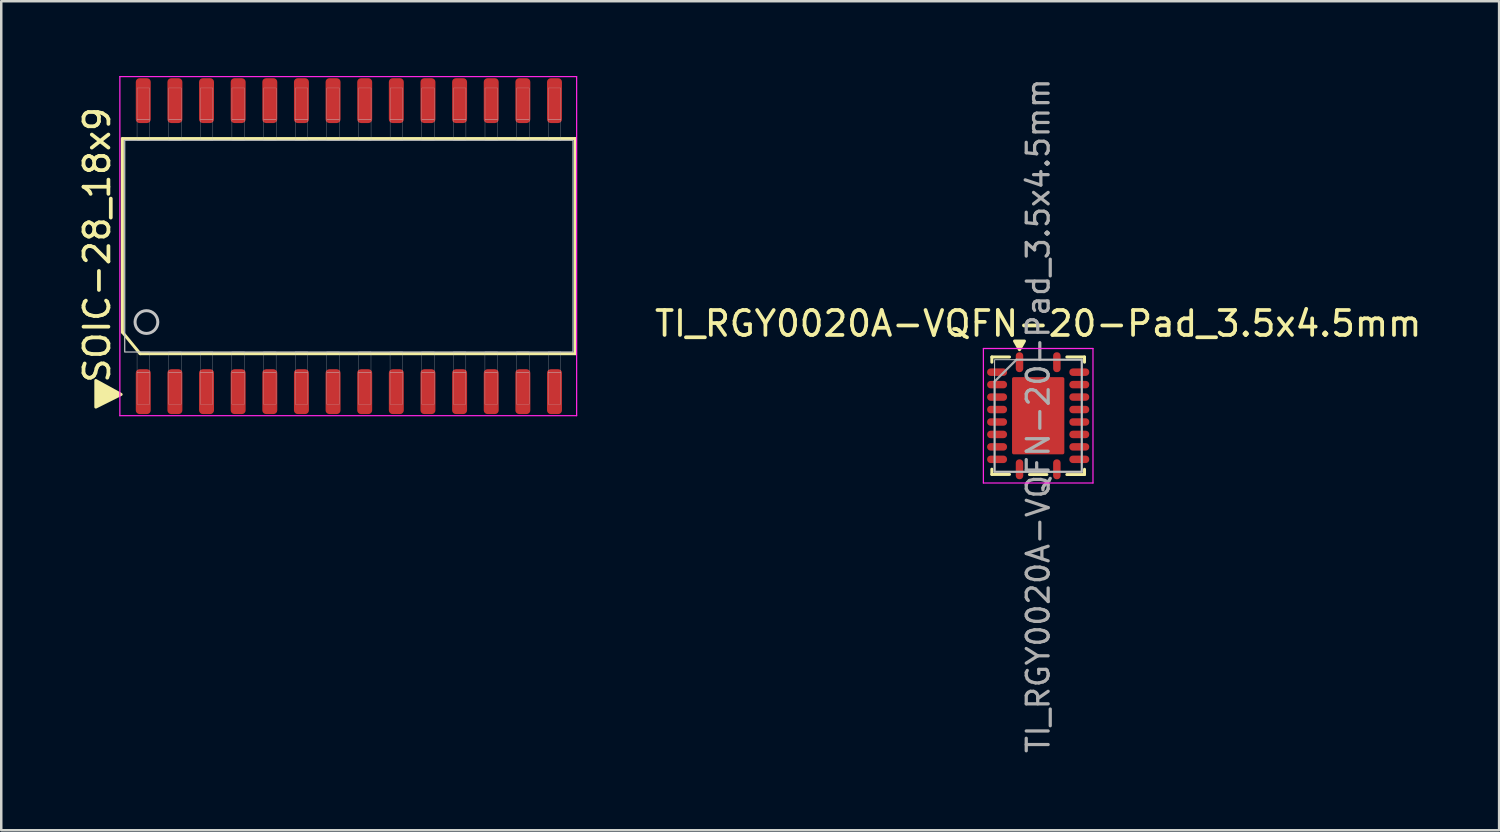
<source format=kicad_pcb>
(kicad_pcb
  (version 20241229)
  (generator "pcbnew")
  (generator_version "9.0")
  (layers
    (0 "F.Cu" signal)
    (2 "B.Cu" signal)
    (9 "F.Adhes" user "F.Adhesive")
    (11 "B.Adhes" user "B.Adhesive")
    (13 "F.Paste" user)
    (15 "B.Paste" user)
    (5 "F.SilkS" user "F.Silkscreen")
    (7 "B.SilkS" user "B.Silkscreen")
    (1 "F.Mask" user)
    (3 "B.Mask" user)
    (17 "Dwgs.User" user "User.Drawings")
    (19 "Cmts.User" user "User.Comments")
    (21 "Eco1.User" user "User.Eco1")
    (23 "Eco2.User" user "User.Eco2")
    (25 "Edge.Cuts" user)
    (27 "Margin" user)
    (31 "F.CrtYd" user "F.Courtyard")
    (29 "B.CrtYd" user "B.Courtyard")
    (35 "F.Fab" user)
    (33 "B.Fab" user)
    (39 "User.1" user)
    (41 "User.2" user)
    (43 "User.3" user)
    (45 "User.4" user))
  (footprint "TI_RGY0020A-VQFN-20-Pad_3.5x4.5mm"
    (layer "F.Cu")
    (at 38.632 13.642)
    (property "Reference" "TI_RGY0020A-VQFN-20-Pad_3.5x4.5mm" (at 0 -3.7 0) (layer "F.SilkS") (effects (font (size 1 1) (thickness 0.15))))
    (attr smd)
    (fp_line (start -1.86 -2.36) (end -1.86 -2.15) (stroke (width 0.12) (type solid)) (layer "F.SilkS"))
    (fp_line (start -1.86 2.355) (end -1.86 2.145) (stroke (width 0.12) (type solid)) (layer "F.SilkS"))
    (fp_line (start -1.15 -2.36) (end -1.86 -2.36) (stroke (width 0.12) (type solid)) (layer "F.SilkS"))
    (fp_line (start -1.15 2.355) (end -1.86 2.355) (stroke (width 0.12) (type solid)) (layer "F.SilkS"))
    (fp_line (start 0.35 2.36) (end -0.35 2.36) (stroke (width 0.12) (type solid)) (layer "F.SilkS"))
    (fp_line (start 1.15 -2.36) (end 1.86 -2.36) (stroke (width 0.12) (type solid)) (layer "F.SilkS"))
    (fp_line (start 1.15 2.36) (end 1.86 2.36) (stroke (width 0.12) (type solid)) (layer "F.SilkS"))
    (fp_line (start 1.86 -2.36) (end 1.86 -2.15) (stroke (width 0.12) (type solid)) (layer "F.SilkS"))
    (fp_line (start 1.86 2.36) (end 1.86 2.15) (stroke (width 0.12) (type solid)) (layer "F.SilkS"))
    (fp_poly (pts (xy -0.75 -2.65) (xy -0.95 -3) (xy -0.55 -3) (xy -0.75 -2.65)) (stroke (width 0.12) (type solid)) (fill yes) (layer "F.SilkS"))
    (fp_rect (start -1.75 -2.25) (end 1.75 2.25) (stroke (width 0.04) (type solid)) (fill no) (layer "Dwgs.User"))
    (fp_rect (start -1.025 -1.525) (end 1.025 1.525) (stroke (width 0.001) (type solid)) (fill no) (layer "Dwgs.User"))
    (fp_poly (pts (xy -1.25 -1.8) (xy -1.35 -1.9) (xy -1.75 -1.9) (xy -1.75 -1.6) (xy -1.35 -1.6) (xy -1.25 -1.7)) (stroke (width 0.001) (type solid)) (fill no) (layer "Dwgs.User"))
    (fp_poly (pts (xy -1.25 -1.3) (xy -1.35 -1.4) (xy -1.75 -1.4) (xy -1.75 -1.1) (xy -1.35 -1.1) (xy -1.25 -1.2)) (stroke (width 0.001) (type solid)) (fill no) (layer "Dwgs.User"))
    (fp_poly (pts (xy -1.25 -0.8) (xy -1.35 -0.9) (xy -1.75 -0.9) (xy -1.75 -0.6) (xy -1.35 -0.6) (xy -1.25 -0.7)) (stroke (width 0.001) (type solid)) (fill no) (layer "Dwgs.User"))
    (fp_poly (pts (xy -1.25 -0.3) (xy -1.35 -0.4) (xy -1.75 -0.4) (xy -1.75 -0.1) (xy -1.35 -0.1) (xy -1.25 -0.2)) (stroke (width 0.001) (type solid)) (fill no) (layer "Dwgs.User"))
    (fp_poly (pts (xy -1.25 0.2) (xy -1.35 0.1) (xy -1.75 0.1) (xy -1.75 0.4) (xy -1.35 0.4) (xy -1.25 0.3)) (stroke (width 0.001) (type solid)) (fill no) (layer "Dwgs.User"))
    (fp_poly (pts (xy -1.25 0.7) (xy -1.35 0.6) (xy -1.75 0.6) (xy -1.75 0.9) (xy -1.35 0.9) (xy -1.25 0.8)) (stroke (width 0.001) (type solid)) (fill no) (layer "Dwgs.User"))
    (fp_poly (pts (xy -1.25 1.2) (xy -1.35 1.1) (xy -1.75 1.1) (xy -1.75 1.4) (xy -1.35 1.4) (xy -1.25 1.3)) (stroke (width 0.001) (type solid)) (fill no) (layer "Dwgs.User"))
    (fp_poly (pts (xy -1.25 1.7) (xy -1.35 1.6) (xy -1.75 1.6) (xy -1.75 1.9) (xy -1.35 1.9) (xy -1.25 1.8)) (stroke (width 0.001) (type solid)) (fill no) (layer "Dwgs.User"))
    (fp_poly (pts (xy -0.8 1.75) (xy -0.9 1.85) (xy -0.9 2.25) (xy -0.6 2.25) (xy -0.6 1.85) (xy -0.7 1.75)) (stroke (width 0.001) (type solid)) (fill no) (layer "Dwgs.User"))
    (fp_poly (pts (xy -0.7 -1.75) (xy -0.6 -1.85) (xy -0.6 -2.25) (xy -0.9 -2.25) (xy -0.9 -1.85) (xy -0.8 -1.75)) (stroke (width 0.001) (type solid)) (fill no) (layer "Dwgs.User"))
    (fp_poly (pts (xy 0.7 1.75) (xy 0.6 1.85) (xy 0.6 2.25) (xy 0.9 2.25) (xy 0.9 1.85) (xy 0.8 1.75)) (stroke (width 0.001) (type solid)) (fill no) (layer "Dwgs.User"))
    (fp_poly (pts (xy 0.8 -1.75) (xy 0.9 -1.85) (xy 0.9 -2.25) (xy 0.6 -2.25) (xy 0.6 -1.85) (xy 0.7 -1.75)) (stroke (width 0.001) (type solid)) (fill no) (layer "Dwgs.User"))
    (fp_poly (pts (xy 1.25 -1.7) (xy 1.35 -1.6) (xy 1.75 -1.6) (xy 1.75 -1.9) (xy 1.35 -1.9) (xy 1.25 -1.8)) (stroke (width 0.001) (type solid)) (fill no) (layer "Dwgs.User"))
    (fp_poly (pts (xy 1.25 -1.2) (xy 1.35 -1.1) (xy 1.75 -1.1) (xy 1.75 -1.4) (xy 1.35 -1.4) (xy 1.25 -1.3)) (stroke (width 0.001) (type solid)) (fill no) (layer "Dwgs.User"))
    (fp_poly (pts (xy 1.25 -0.7) (xy 1.35 -0.6) (xy 1.75 -0.6) (xy 1.75 -0.9) (xy 1.35 -0.9) (xy 1.25 -0.8)) (stroke (width 0.001) (type solid)) (fill no) (layer "Dwgs.User"))
    (fp_poly (pts (xy 1.25 -0.2) (xy 1.35 -0.1) (xy 1.75 -0.1) (xy 1.75 -0.4) (xy 1.35 -0.4) (xy 1.25 -0.3)) (stroke (width 0.001) (type solid)) (fill no) (layer "Dwgs.User"))
    (fp_poly (pts (xy 1.25 0.3) (xy 1.35 0.4) (xy 1.75 0.4) (xy 1.75 0.1) (xy 1.35 0.1) (xy 1.25 0.2)) (stroke (width 0.001) (type solid)) (fill no) (layer "Dwgs.User"))
    (fp_poly (pts (xy 1.25 0.8) (xy 1.35 0.9) (xy 1.75 0.9) (xy 1.75 0.6) (xy 1.35 0.6) (xy 1.25 0.7)) (stroke (width 0.001) (type solid)) (fill no) (layer "Dwgs.User"))
    (fp_poly (pts (xy 1.25 1.3) (xy 1.35 1.4) (xy 1.75 1.4) (xy 1.75 1.1) (xy 1.35 1.1) (xy 1.25 1.2)) (stroke (width 0.001) (type solid)) (fill no) (layer "Dwgs.User"))
    (fp_poly (pts (xy 1.25 1.8) (xy 1.35 1.9) (xy 1.75 1.9) (xy 1.75 1.6) (xy 1.35 1.6) (xy 1.25 1.7)) (stroke (width 0.001) (type solid)) (fill no) (layer "Dwgs.User"))
    (fp_line (start -2.2 -2.7) (end -2.2 2.7) (stroke (width 0.05) (type solid)) (layer "F.CrtYd"))
    (fp_line (start -2.2 2.7) (end 2.2 2.7) (stroke (width 0.05) (type solid)) (layer "F.CrtYd"))
    (fp_line (start 2.2 -2.7) (end -2.2 -2.7) (stroke (width 0.05) (type solid)) (layer "F.CrtYd"))
    (fp_line (start 2.2 2.7) (end 2.2 -2.7) (stroke (width 0.05) (type solid)) (layer "F.CrtYd"))
    (fp_line (start -1.75 -1.375) (end -0.875 -2.25) (stroke (width 0.09) (type solid)) (layer "F.Fab"))
    (fp_line (start -1.75 2.25) (end -1.75 -1.375) (stroke (width 0.09) (type solid)) (layer "F.Fab"))
    (fp_line (start -0.875 -2.25) (end 1.75 -2.25) (stroke (width 0.09) (type solid)) (layer "F.Fab"))
    (fp_line (start 1.75 -2.25) (end 1.75 2.25) (stroke (width 0.09) (type solid)) (layer "F.Fab"))
    (fp_line (start 1.75 2.25) (end -1.75 2.25) (stroke (width 0.09) (type solid)) (layer "F.Fab"))
    (fp_text user "${REFERENCE}" (at 0 0 90) (layer "F.Fab") (effects (font (size 0.88 0.88) (thickness 0.13))))
    (pad "" smd rect (at -0.56 -0.77) (size 0.92 1.33) (layers "F.Paste"))
    (pad "" smd rect (at -0.56 0.77) (size 0.92 1.33) (layers "F.Paste"))
    (pad "" smd rect (at 0.56 -0.77) (size 0.92 1.33) (layers "F.Paste"))
    (pad "" smd rect (at 0.56 0.77) (size 0.92 1.33) (layers "F.Paste"))
    (pad "1" smd roundrect (at -0.75 -2.15 90) (size 0.8 0.3) (layers "F.Cu" "F.Mask" "F.Paste") (roundrect_rratio 0.467))
    (pad "2" smd roundrect (at -1.65 -1.75) (size 0.8 0.3) (layers "F.Cu" "F.Mask" "F.Paste") (roundrect_rratio 0.467))
    (pad "3" smd roundrect (at -1.65 -1.25) (size 0.8 0.3) (layers "F.Cu" "F.Mask" "F.Paste") (roundrect_rratio 0.467))
    (pad "4" smd roundrect (at -1.65 -0.75) (size 0.8 0.3) (layers "F.Cu" "F.Mask" "F.Paste") (roundrect_rratio 0.467))
    (pad "5" smd roundrect (at -1.65 -0.25) (size 0.8 0.3) (layers "F.Cu" "F.Mask" "F.Paste") (roundrect_rratio 0.467))
    (pad "6" smd roundrect (at -1.65 0.25) (size 0.8 0.3) (layers "F.Cu" "F.Mask" "F.Paste") (roundrect_rratio 0.467))
    (pad "7" smd roundrect (at -1.65 0.75) (size 0.8 0.3) (layers "F.Cu" "F.Mask" "F.Paste") (roundrect_rratio 0.467))
    (pad "8" smd roundrect (at -1.65 1.25) (size 0.8 0.3) (layers "F.Cu" "F.Mask" "F.Paste") (roundrect_rratio 0.467))
    (pad "9" smd roundrect (at -1.65 1.75) (size 0.8 0.3) (layers "F.Cu" "F.Mask" "F.Paste") (roundrect_rratio 0.467))
    (pad "10" smd roundrect (at -0.75 2.15 90) (size 0.8 0.3) (layers "F.Cu" "F.Mask" "F.Paste") (roundrect_rratio 0.467))
    (pad "11" smd roundrect (at 0.75 2.15 90) (size 0.8 0.3) (layers "F.Cu" "F.Mask" "F.Paste") (roundrect_rratio 0.467))
    (pad "12" smd roundrect (at 1.65 1.75) (size 0.8 0.3) (layers "F.Cu" "F.Mask" "F.Paste") (roundrect_rratio 0.467))
    (pad "13" smd roundrect (at 1.65 1.25) (size 0.8 0.3) (layers "F.Cu" "F.Mask" "F.Paste") (roundrect_rratio 0.467))
    (pad "14" smd roundrect (at 1.65 0.75) (size 0.8 0.3) (layers "F.Cu" "F.Mask" "F.Paste") (roundrect_rratio 0.467))
    (pad "15" smd roundrect (at 1.65 0.25) (size 0.8 0.3) (layers "F.Cu" "F.Mask" "F.Paste") (roundrect_rratio 0.467))
    (pad "16" smd roundrect (at 1.65 -0.25) (size 0.8 0.3) (layers "F.Cu" "F.Mask" "F.Paste") (roundrect_rratio 0.467))
    (pad "17" smd roundrect (at 1.65 -0.75) (size 0.8 0.3) (layers "F.Cu" "F.Mask" "F.Paste") (roundrect_rratio 0.467))
    (pad "18" smd roundrect (at 1.65 -1.25) (size 0.8 0.3) (layers "F.Cu" "F.Mask" "F.Paste") (roundrect_rratio 0.467))
    (pad "19" smd roundrect (at 1.65 -1.75) (size 0.8 0.3) (layers "F.Cu" "F.Mask" "F.Paste") (roundrect_rratio 0.467))
    (pad "20" smd roundrect (at 0.75 -2.15 90) (size 0.8 0.3) (layers "F.Cu" "F.Mask" "F.Paste") (roundrect_rratio 0.467))
    (pad "21" smd roundrect (at 0 0) (size 2.1 3.1) (layers "F.Cu" "F.Mask") (roundrect_rratio 0.033)))
  (footprint "SOIC-28_18x9"
    (layer "F.Cu")
    (at 10.957 6.832)
    (property "Reference" "SOIC-28_18x9" (at -10.109 -0.051 90) (layer "F.SilkS") (effects (font (size 1 1) (thickness 0.15))))
    (attr smd)
    (fp_line (start -9.093 -4.318) (end 9.093 -4.318) (stroke (width 0.12) (type default)) (layer "F.SilkS"))
    (fp_line (start -9.093 3.454) (end -9.093 -4.318) (stroke (width 0.12) (type default)) (layer "F.SilkS"))
    (fp_line (start -8.382 4.318) (end -9.093 3.454) (stroke (width 0.12) (type default)) (layer "F.SilkS"))
    (fp_line (start 9.093 -4.318) (end 9.093 4.318) (stroke (width 0.12) (type default)) (layer "F.SilkS"))
    (fp_line (start 9.093 4.318) (end -8.382 4.318) (stroke (width 0.12) (type default)) (layer "F.SilkS"))
    (fp_poly (pts (xy -9.144 5.954) (xy -10.16 5.395) (xy -10.16 6.462)) (stroke (width 0.12) (type solid)) (fill yes) (layer "F.SilkS"))
    (fp_rect (start -9 -4.25) (end 9 4.25) (stroke (width 0.05) (type solid)) (fill no) (layer "Dwgs.User"))
    (fp_rect (start -8.505 -5.08) (end -8 -4.24) (stroke (width 0.01) (type solid)) (fill no) (layer "Dwgs.User"))
    (fp_rect (start -8.505 4.24) (end -8 5.08) (stroke (width 0.01) (type solid)) (fill no) (layer "Dwgs.User"))
    (fp_rect (start -8.505 5.08) (end -8.001 6.35) (stroke (width 0.01) (type solid)) (fill no) (layer "Dwgs.User"))
    (fp_rect (start -8.504 -6.35) (end -8 -5.08) (stroke (width 0.01) (type solid)) (fill no) (layer "Dwgs.User"))
    (fp_rect (start -7.237 4.24) (end -6.732 5.08) (stroke (width 0.01) (type solid)) (fill no) (layer "Dwgs.User"))
    (fp_rect (start -7.237 5.08) (end -6.733 6.35) (stroke (width 0.01) (type solid)) (fill no) (layer "Dwgs.User"))
    (fp_rect (start -7.235 -5.08) (end -6.73 -4.24) (stroke (width 0.01) (type solid)) (fill no) (layer "Dwgs.User"))
    (fp_rect (start -7.234 -6.35) (end -6.73 -5.08) (stroke (width 0.01) (type solid)) (fill no) (layer "Dwgs.User"))
    (fp_rect (start -5.967 4.24) (end -5.462 5.08) (stroke (width 0.01) (type solid)) (fill no) (layer "Dwgs.User"))
    (fp_rect (start -5.967 5.08) (end -5.463 6.35) (stroke (width 0.01) (type solid)) (fill no) (layer "Dwgs.User"))
    (fp_rect (start -5.965 -5.08) (end -5.46 -4.24) (stroke (width 0.01) (type solid)) (fill no) (layer "Dwgs.User"))
    (fp_rect (start -5.964 -6.35) (end -5.46 -5.08) (stroke (width 0.01) (type solid)) (fill no) (layer "Dwgs.User"))
    (fp_rect (start -4.697 4.24) (end -4.192 5.08) (stroke (width 0.01) (type solid)) (fill no) (layer "Dwgs.User"))
    (fp_rect (start -4.697 5.08) (end -4.193 6.35) (stroke (width 0.01) (type solid)) (fill no) (layer "Dwgs.User"))
    (fp_rect (start -4.695 -5.08) (end -4.19 -4.24) (stroke (width 0.01) (type solid)) (fill no) (layer "Dwgs.User"))
    (fp_rect (start -4.694 -6.35) (end -4.19 -5.08) (stroke (width 0.01) (type solid)) (fill no) (layer "Dwgs.User"))
    (fp_rect (start -3.427 4.24) (end -2.922 5.08) (stroke (width 0.01) (type solid)) (fill no) (layer "Dwgs.User"))
    (fp_rect (start -3.427 5.08) (end -2.923 6.35) (stroke (width 0.01) (type solid)) (fill no) (layer "Dwgs.User"))
    (fp_rect (start -3.425 -5.08) (end -2.92 -4.24) (stroke (width 0.01) (type solid)) (fill no) (layer "Dwgs.User"))
    (fp_rect (start -3.424 -6.35) (end -2.92 -5.08) (stroke (width 0.01) (type solid)) (fill no) (layer "Dwgs.User"))
    (fp_rect (start -2.157 4.24) (end -1.652 5.08) (stroke (width 0.01) (type solid)) (fill no) (layer "Dwgs.User"))
    (fp_rect (start -2.157 5.08) (end -1.653 6.35) (stroke (width 0.01) (type solid)) (fill no) (layer "Dwgs.User"))
    (fp_rect (start -2.155 -5.08) (end -1.65 -4.24) (stroke (width 0.01) (type solid)) (fill no) (layer "Dwgs.User"))
    (fp_rect (start -2.154 -6.35) (end -1.65 -5.08) (stroke (width 0.01) (type solid)) (fill no) (layer "Dwgs.User"))
    (fp_rect (start -0.887 4.24) (end -0.382 5.08) (stroke (width 0.01) (type solid)) (fill no) (layer "Dwgs.User"))
    (fp_rect (start -0.887 5.08) (end -0.383 6.35) (stroke (width 0.01) (type solid)) (fill no) (layer "Dwgs.User"))
    (fp_rect (start -0.885 -5.08) (end -0.38 -4.24) (stroke (width 0.01) (type solid)) (fill no) (layer "Dwgs.User"))
    (fp_rect (start -0.884 -6.35) (end -0.38 -5.08) (stroke (width 0.01) (type solid)) (fill no) (layer "Dwgs.User"))
    (fp_rect (start 0.383 4.24) (end 0.888 5.08) (stroke (width 0.01) (type solid)) (fill no) (layer "Dwgs.User"))
    (fp_rect (start 0.383 5.08) (end 0.887 6.35) (stroke (width 0.01) (type solid)) (fill no) (layer "Dwgs.User"))
    (fp_rect (start 0.385 -5.08) (end 0.89 -4.24) (stroke (width 0.01) (type solid)) (fill no) (layer "Dwgs.User"))
    (fp_rect (start 0.386 -6.35) (end 0.89 -5.08) (stroke (width 0.01) (type solid)) (fill no) (layer "Dwgs.User"))
    (fp_rect (start 1.653 4.24) (end 2.158 5.08) (stroke (width 0.01) (type solid)) (fill no) (layer "Dwgs.User"))
    (fp_rect (start 1.653 5.08) (end 2.157 6.35) (stroke (width 0.01) (type solid)) (fill no) (layer "Dwgs.User"))
    (fp_rect (start 1.655 -5.08) (end 2.16 -4.24) (stroke (width 0.01) (type solid)) (fill no) (layer "Dwgs.User"))
    (fp_rect (start 1.656 -6.35) (end 2.16 -5.08) (stroke (width 0.01) (type solid)) (fill no) (layer "Dwgs.User"))
    (fp_rect (start 2.923 4.24) (end 3.428 5.08) (stroke (width 0.01) (type solid)) (fill no) (layer "Dwgs.User"))
    (fp_rect (start 2.923 5.08) (end 3.427 6.35) (stroke (width 0.01) (type solid)) (fill no) (layer "Dwgs.User"))
    (fp_rect (start 2.925 -5.08) (end 3.43 -4.24) (stroke (width 0.01) (type solid)) (fill no) (layer "Dwgs.User"))
    (fp_rect (start 2.926 -6.35) (end 3.43 -5.08) (stroke (width 0.01) (type solid)) (fill no) (layer "Dwgs.User"))
    (fp_rect (start 4.193 4.24) (end 4.698 5.08) (stroke (width 0.01) (type solid)) (fill no) (layer "Dwgs.User"))
    (fp_rect (start 4.193 5.08) (end 4.697 6.35) (stroke (width 0.01) (type solid)) (fill no) (layer "Dwgs.User"))
    (fp_rect (start 4.195 -5.08) (end 4.7 -4.24) (stroke (width 0.01) (type solid)) (fill no) (layer "Dwgs.User"))
    (fp_rect (start 4.196 -6.35) (end 4.7 -5.08) (stroke (width 0.01) (type solid)) (fill no) (layer "Dwgs.User"))
    (fp_rect (start 5.463 4.24) (end 5.968 5.08) (stroke (width 0.01) (type solid)) (fill no) (layer "Dwgs.User"))
    (fp_rect (start 5.463 5.08) (end 5.967 6.35) (stroke (width 0.01) (type solid)) (fill no) (layer "Dwgs.User"))
    (fp_rect (start 5.465 -5.08) (end 5.97 -4.24) (stroke (width 0.01) (type solid)) (fill no) (layer "Dwgs.User"))
    (fp_rect (start 5.466 -6.35) (end 5.97 -5.08) (stroke (width 0.01) (type solid)) (fill no) (layer "Dwgs.User"))
    (fp_rect (start 6.733 4.24) (end 7.238 5.08) (stroke (width 0.01) (type solid)) (fill no) (layer "Dwgs.User"))
    (fp_rect (start 6.733 5.08) (end 7.237 6.35) (stroke (width 0.01) (type solid)) (fill no) (layer "Dwgs.User"))
    (fp_rect (start 6.735 -5.08) (end 7.24 -4.24) (stroke (width 0.01) (type solid)) (fill no) (layer "Dwgs.User"))
    (fp_rect (start 6.736 -6.35) (end 7.24 -5.08) (stroke (width 0.01) (type solid)) (fill no) (layer "Dwgs.User"))
    (fp_rect (start 8.003 -5.08) (end 8.508 -4.24) (stroke (width 0.01) (type solid)) (fill no) (layer "Dwgs.User"))
    (fp_rect (start 8.003 4.24) (end 8.508 5.08) (stroke (width 0.01) (type solid)) (fill no) (layer "Dwgs.User"))
    (fp_rect (start 8.003 5.08) (end 8.507 6.35) (stroke (width 0.01) (type solid)) (fill no) (layer "Dwgs.User"))
    (fp_rect (start 8.004 -6.35) (end 8.508 -5.08) (stroke (width 0.01) (type solid)) (fill no) (layer "Dwgs.User"))
    (fp_circle (center -8.128 3.048) (end -8.128 2.591) (stroke (width 0.12) (type default)) (fill no) (layer "Dwgs.User"))
    (fp_line (start -9.195 -6.807) (end 9.144 -6.807) (stroke (width 0.05) (type default)) (layer "F.CrtYd"))
    (fp_line (start -9.195 6.807) (end -9.195 -6.807) (stroke (width 0.05) (type default)) (layer "F.CrtYd"))
    (fp_line (start 9.144 -6.807) (end 9.144 6.807) (stroke (width 0.05) (type default)) (layer "F.CrtYd"))
    (fp_line (start 9.144 6.807) (end -9.195 6.807) (stroke (width 0.05) (type default)) (layer "F.CrtYd"))
    (pad "1" smd roundrect (at -8.255 5.842) (size 0.6 1.8) (layers "F.Cu" "F.Mask" "F.Paste") (roundrect_rratio 0.25))
    (pad "2" smd roundrect (at -6.985 5.842) (size 0.6 1.8) (layers "F.Cu" "F.Mask" "F.Paste") (roundrect_rratio 0.25))
    (pad "3" smd roundrect (at -5.715 5.842) (size 0.6 1.8) (layers "F.Cu" "F.Mask" "F.Paste") (roundrect_rratio 0.25))
    (pad "4" smd roundrect (at -4.445 5.842) (size 0.6 1.8) (layers "F.Cu" "F.Mask" "F.Paste") (roundrect_rratio 0.25))
    (pad "5" smd roundrect (at -3.175 5.842) (size 0.6 1.8) (layers "F.Cu" "F.Mask" "F.Paste") (roundrect_rratio 0.25))
    (pad "6" smd roundrect (at -1.905 5.842) (size 0.6 1.8) (layers "F.Cu" "F.Mask" "F.Paste") (roundrect_rratio 0.25))
    (pad "7" smd roundrect (at -0.635 5.842) (size 0.6 1.8) (layers "F.Cu" "F.Mask" "F.Paste") (roundrect_rratio 0.25))
    (pad "8" smd roundrect (at 0.635 5.842) (size 0.6 1.8) (layers "F.Cu" "F.Mask" "F.Paste") (roundrect_rratio 0.25))
    (pad "9" smd roundrect (at 1.905 5.842) (size 0.6 1.8) (layers "F.Cu" "F.Mask" "F.Paste") (roundrect_rratio 0.25))
    (pad "10" smd roundrect (at 3.175 5.842) (size 0.6 1.8) (layers "F.Cu" "F.Mask" "F.Paste") (roundrect_rratio 0.25))
    (pad "11" smd roundrect (at 4.445 5.842) (size 0.6 1.8) (layers "F.Cu" "F.Mask" "F.Paste") (roundrect_rratio 0.25))
    (pad "12" smd roundrect (at 5.715 5.842) (size 0.6 1.8) (layers "F.Cu" "F.Mask" "F.Paste") (roundrect_rratio 0.25))
    (pad "13" smd roundrect (at 6.985 5.842) (size 0.6 1.8) (layers "F.Cu" "F.Mask" "F.Paste") (roundrect_rratio 0.25))
    (pad "14" smd roundrect (at 8.255 5.842) (size 0.6 1.8) (layers "F.Cu" "F.Mask" "F.Paste") (roundrect_rratio 0.25))
    (pad "15" smd roundrect (at 8.255 -5.842) (size 0.6 1.8) (layers "F.Cu" "F.Mask" "F.Paste") (roundrect_rratio 0.25))
    (pad "16" smd roundrect (at 6.985 -5.842) (size 0.6 1.8) (layers "F.Cu" "F.Mask" "F.Paste") (roundrect_rratio 0.25))
    (pad "17" smd roundrect (at 5.715 -5.842) (size 0.6 1.8) (layers "F.Cu" "F.Mask" "F.Paste") (roundrect_rratio 0.25))
    (pad "18" smd roundrect (at 4.445 -5.842) (size 0.6 1.8) (layers "F.Cu" "F.Mask" "F.Paste") (roundrect_rratio 0.25))
    (pad "19" smd roundrect (at 3.175 -5.842) (size 0.6 1.8) (layers "F.Cu" "F.Mask" "F.Paste") (roundrect_rratio 0.25))
    (pad "20" smd roundrect (at 1.905 -5.842) (size 0.6 1.8) (layers "F.Cu" "F.Mask" "F.Paste") (roundrect_rratio 0.25))
    (pad "21" smd roundrect (at 0.635 -5.842) (size 0.6 1.8) (layers "F.Cu" "F.Mask" "F.Paste") (roundrect_rratio 0.25))
    (pad "22" smd roundrect (at -0.635 -5.842) (size 0.6 1.8) (layers "F.Cu" "F.Mask" "F.Paste") (roundrect_rratio 0.25))
    (pad "23" smd roundrect (at -1.905 -5.842) (size 0.6 1.8) (layers "F.Cu" "F.Mask" "F.Paste") (roundrect_rratio 0.25))
    (pad "24" smd roundrect (at -3.175 -5.842) (size 0.6 1.8) (layers "F.Cu" "F.Mask" "F.Paste") (roundrect_rratio 0.25))
    (pad "25" smd roundrect (at -4.445 -5.842) (size 0.6 1.8) (layers "F.Cu" "F.Mask" "F.Paste") (roundrect_rratio 0.25))
    (pad "26" smd roundrect (at -5.715 -5.842) (size 0.6 1.8) (layers "F.Cu" "F.Mask" "F.Paste") (roundrect_rratio 0.25))
    (pad "27" smd roundrect (at -6.985 -5.842) (size 0.6 1.8) (layers "F.Cu" "F.Mask" "F.Paste") (roundrect_rratio 0.25))
    (pad "28" smd roundrect (at -8.255 -5.842) (size 0.6 1.8) (layers "F.Cu" "F.Mask" "F.Paste") (roundrect_rratio 0.25)))
  (gr_rect
    (start -3 -3)
    (end 57.138 30.284)
    (stroke (width 0.1) (type default))
    (fill no)
    (layer "Edge.Cuts")))
</source>
